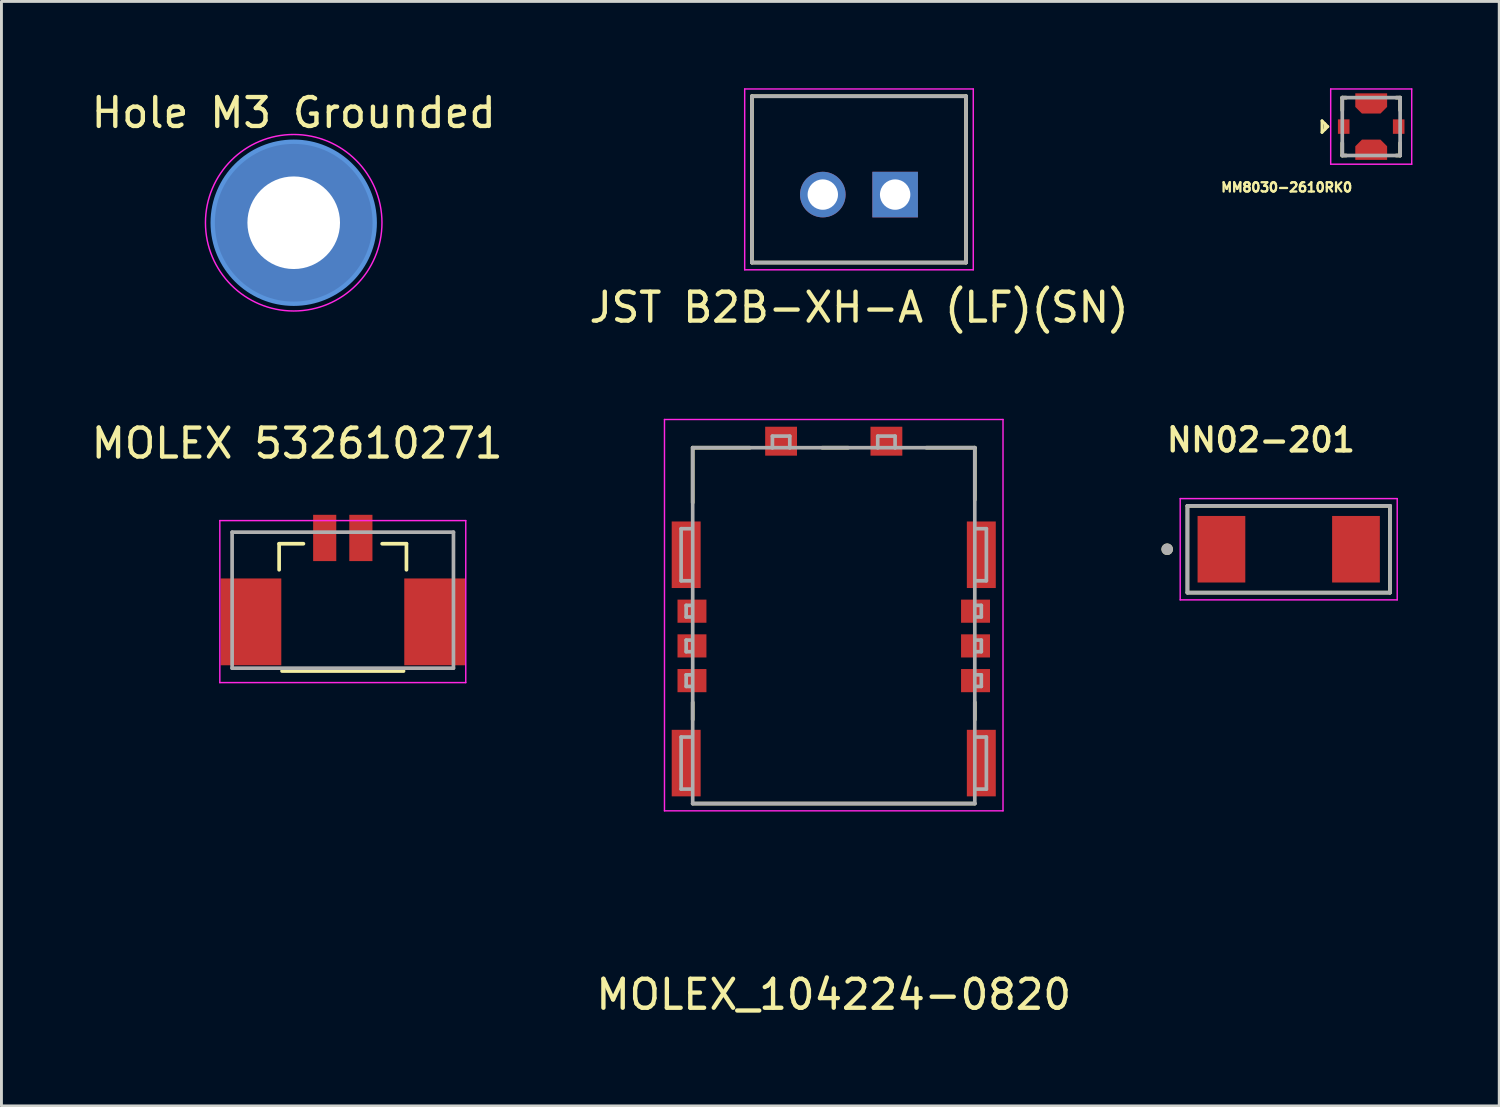
<source format=kicad_pcb>
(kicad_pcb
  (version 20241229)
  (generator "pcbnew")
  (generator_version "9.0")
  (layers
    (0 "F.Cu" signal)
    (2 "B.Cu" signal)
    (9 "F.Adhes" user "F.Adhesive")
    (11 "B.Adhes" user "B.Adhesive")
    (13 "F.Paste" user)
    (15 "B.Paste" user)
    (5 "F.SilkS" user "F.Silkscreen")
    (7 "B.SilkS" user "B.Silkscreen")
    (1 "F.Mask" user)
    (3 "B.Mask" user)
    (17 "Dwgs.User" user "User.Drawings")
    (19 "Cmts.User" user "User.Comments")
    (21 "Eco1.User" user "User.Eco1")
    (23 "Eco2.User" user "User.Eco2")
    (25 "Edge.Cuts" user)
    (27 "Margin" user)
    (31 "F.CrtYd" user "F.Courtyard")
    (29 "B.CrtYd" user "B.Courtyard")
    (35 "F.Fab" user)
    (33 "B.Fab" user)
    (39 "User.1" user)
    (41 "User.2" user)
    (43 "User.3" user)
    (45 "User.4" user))
  (footprint "JST B2B-XH-A (LF)(SN)"
    (layer "F.Cu")
    (at 26.637 3.675)
    (property "Reference" "JST B2B-XH-A (LF)(SN)" (at 0 3.9 0) (layer "F.SilkS") (effects (font (size 1 1) (thickness 0.15))))
    (attr through_hole)
    (fp_line (start -3.7 -3.4) (end 3.7 -3.4) (stroke (width 0.127) (type solid)) (layer "F.SilkS"))
    (fp_line (start -3.7 2.35) (end -3.7 -3.4) (stroke (width 0.127) (type solid)) (layer "F.SilkS"))
    (fp_line (start 3.7 -3.4) (end 3.7 2.35) (stroke (width 0.127) (type solid)) (layer "F.SilkS"))
    (fp_line (start 3.7 2.35) (end -3.7 2.35) (stroke (width 0.127) (type solid)) (layer "F.SilkS"))
    (fp_line (start -3.95 -3.65) (end -3.95 2.6) (stroke (width 0.05) (type solid)) (layer "F.CrtYd"))
    (fp_line (start -3.95 2.6) (end 3.95 2.6) (stroke (width 0.05) (type solid)) (layer "F.CrtYd"))
    (fp_line (start 3.95 -3.65) (end -3.95 -3.65) (stroke (width 0.05) (type solid)) (layer "F.CrtYd"))
    (fp_line (start 3.95 2.6) (end 3.95 -3.65) (stroke (width 0.05) (type solid)) (layer "F.CrtYd"))
    (fp_line (start -3.7 -3.4) (end 3.7 -3.4) (stroke (width 0.127) (type solid)) (layer "F.Fab"))
    (fp_line (start -3.7 2.35) (end -3.7 -3.4) (stroke (width 0.127) (type solid)) (layer "F.Fab"))
    (fp_line (start 3.7 -3.4) (end 3.7 2.35) (stroke (width 0.127) (type solid)) (layer "F.Fab"))
    (fp_line (start 3.7 2.35) (end -3.7 2.35) (stroke (width 0.127) (type solid)) (layer "F.Fab"))
    (pad "1" thru_hole rect (at 1.25 0) (size 1.575 1.575) (drill 1.05) (layers "*.Cu" "*.Mask"))
    (pad "2" thru_hole circle (at -1.25 0) (size 1.575 1.575) (drill 1.05) (layers "*.Cu" "*.Mask")))
  (footprint "NN02-201"
    (layer "F.Cu")
    (at 41.489 15.932)
    (property "Reference" "NN02-201" (at -0.96 -3.778 0) (layer "F.SilkS") (effects (font (size 0.8 0.8) (thickness 0.15))))
    (attr smd)
    (fp_line (start -3.5 -1.5) (end -3.5 1.5) (stroke (width 0.127) (type solid)) (layer "F.SilkS"))
    (fp_line (start -3.5 -1.5) (end 3.5 -1.5) (stroke (width 0.127) (type solid)) (layer "F.SilkS"))
    (fp_line (start 3.5 -1.5) (end 3.5 1.5) (stroke (width 0.127) (type solid)) (layer "F.SilkS"))
    (fp_line (start 3.5 1.5) (end -3.5 1.5) (stroke (width 0.127) (type solid)) (layer "F.SilkS"))
    (fp_circle (center -4.2 0) (end -4.1 0) (stroke (width 0.2) (type solid)) (fill no) (layer "F.SilkS"))
    (fp_line (start -3.75 -1.75) (end 3.75 -1.75) (stroke (width 0.05) (type solid)) (layer "F.CrtYd"))
    (fp_line (start -3.75 1.75) (end -3.75 -1.75) (stroke (width 0.05) (type solid)) (layer "F.CrtYd"))
    (fp_line (start 3.75 -1.75) (end 3.75 1.75) (stroke (width 0.05) (type solid)) (layer "F.CrtYd"))
    (fp_line (start 3.75 1.75) (end -3.75 1.75) (stroke (width 0.05) (type solid)) (layer "F.CrtYd"))
    (fp_line (start -3.5 -1.5) (end -3.5 1.5) (stroke (width 0.127) (type solid)) (layer "F.Fab"))
    (fp_line (start -3.5 1.5) (end 3.5 1.5) (stroke (width 0.127) (type solid)) (layer "F.Fab"))
    (fp_line (start 3.5 -1.5) (end -3.5 -1.5) (stroke (width 0.127) (type solid)) (layer "F.Fab"))
    (fp_line (start 3.5 1.5) (end 3.5 -1.5) (stroke (width 0.127) (type solid)) (layer "F.Fab"))
    (fp_circle (center -4.2 0) (end -4.1 0) (stroke (width 0.2) (type solid)) (fill no) (layer "F.Fab"))
    (pad "1" smd rect (at -2.325 0) (size 1.65 2.3) (layers "F.Cu" "F.Mask" "F.Paste"))
    (pad "2" smd rect (at 2.325 0) (size 1.65 2.3) (layers "F.Cu" "F.Mask" "F.Paste"))
    (zone (net_name "") (layer "F.Cu") (hatch full 0.508) (connect_pads) (min_thickness 0.01) (filled_areas_thickness no) (keepout (tracks not_allowed) (vias not_allowed) (pads not_allowed) (copperpour not_allowed) (footprints allowed)) (placement (enabled no)) (fill) (polygon (pts (xy 42.989 17.433) (xy 39.989 17.433) (xy 39.989 14.432) (xy 42.989 14.432))))
    (zone (net_name "") (layers "F.Cu" "B.Cu") (hatch full 0.508) (connect_pads) (min_thickness 0.01) (filled_areas_thickness no) (keepout (tracks allowed) (vias not_allowed) (pads allowed) (copperpour allowed) (footprints allowed)) (placement (enabled no)) (fill) (polygon (pts (xy 42.989 17.433) (xy 39.989 17.433) (xy 39.989 14.432) (xy 42.989 14.432)))))
  (footprint "MOLEX_104224-0820"
    (layer "F.Cu")
    (at 25.765 17.773)
    (property "Reference" "MOLEX_104224-0820" (at 0 13.55 0) (layer "F.SilkS") (effects (font (size 1.001 1.001) (thickness 0.15))))
    (attr smd)
    (fp_line (start -4.875 -5.35) (end -4.875 -3.45) (stroke (width 0.127) (type solid)) (layer "F.SilkS"))
    (fp_line (start -4.875 3.45) (end -4.875 4.05) (stroke (width 0.127) (type solid)) (layer "F.SilkS"))
    (fp_line (start -4.875 6.95) (end 4.875 6.95) (stroke (width 0.127) (type solid)) (layer "F.SilkS"))
    (fp_line (start -2.9 -5.35) (end -4.875 -5.35) (stroke (width 0.127) (type solid)) (layer "F.SilkS"))
    (fp_line (start -0.4 -5.35) (end 0.5 -5.35) (stroke (width 0.127) (type solid)) (layer "F.SilkS"))
    (fp_line (start 3.2 -5.35) (end 4.875 -5.35) (stroke (width 0.127) (type solid)) (layer "F.SilkS"))
    (fp_line (start 4.875 -5.35) (end 4.875 -3.55) (stroke (width 0.127) (type solid)) (layer "F.SilkS"))
    (fp_line (start 4.875 3.45) (end 4.875 4.05) (stroke (width 0.127) (type solid)) (layer "F.SilkS"))
    (fp_line (start -5.85 -6.325) (end -5.85 7.2) (stroke (width 0.05) (type solid)) (layer "F.CrtYd"))
    (fp_line (start -5.85 7.2) (end 5.85 7.2) (stroke (width 0.05) (type solid)) (layer "F.CrtYd"))
    (fp_line (start 5.85 -6.325) (end -5.85 -6.325) (stroke (width 0.05) (type solid)) (layer "F.CrtYd"))
    (fp_line (start 5.85 7.2) (end 5.85 -6.325) (stroke (width 0.05) (type solid)) (layer "F.CrtYd"))
    (fp_line (start -5.275 -2.55) (end -5.275 -0.75) (stroke (width 0.127) (type solid)) (layer "F.Fab"))
    (fp_line (start -5.275 -0.75) (end -4.9 -0.75) (stroke (width 0.127) (type solid)) (layer "F.Fab"))
    (fp_line (start -5.275 4.65) (end -5.275 6.45) (stroke (width 0.127) (type solid)) (layer "F.Fab"))
    (fp_line (start -5.275 6.45) (end -4.9 6.45) (stroke (width 0.127) (type solid)) (layer "F.Fab"))
    (fp_line (start -5.1 0.1) (end -5.1 0.5) (stroke (width 0.127) (type solid)) (layer "F.Fab"))
    (fp_line (start -5.1 0.5) (end -4.9 0.5) (stroke (width 0.127) (type solid)) (layer "F.Fab"))
    (fp_line (start -5.1 1.3) (end -5.1 1.7) (stroke (width 0.127) (type solid)) (layer "F.Fab"))
    (fp_line (start -5.1 1.7) (end -4.9 1.7) (stroke (width 0.127) (type solid)) (layer "F.Fab"))
    (fp_line (start -5.1 2.5) (end -5.1 2.9) (stroke (width 0.127) (type solid)) (layer "F.Fab"))
    (fp_line (start -5.1 2.9) (end -4.9 2.9) (stroke (width 0.127) (type solid)) (layer "F.Fab"))
    (fp_line (start -4.9 -2.55) (end -5.275 -2.55) (stroke (width 0.127) (type solid)) (layer "F.Fab"))
    (fp_line (start -4.9 0.1) (end -5.1 0.1) (stroke (width 0.127) (type solid)) (layer "F.Fab"))
    (fp_line (start -4.9 1.3) (end -5.1 1.3) (stroke (width 0.127) (type solid)) (layer "F.Fab"))
    (fp_line (start -4.9 2.5) (end -5.1 2.5) (stroke (width 0.127) (type solid)) (layer "F.Fab"))
    (fp_line (start -4.9 4.65) (end -5.275 4.65) (stroke (width 0.127) (type solid)) (layer "F.Fab"))
    (fp_line (start -4.875 -5.35) (end -2.12 -5.35) (stroke (width 0.127) (type solid)) (layer "F.Fab"))
    (fp_line (start -4.875 6.95) (end -4.875 -5.35) (stroke (width 0.127) (type solid)) (layer "F.Fab"))
    (fp_line (start -2.12 -5.75) (end -2.12 -5.35) (stroke (width 0.127) (type solid)) (layer "F.Fab"))
    (fp_line (start -2.12 -5.35) (end -1.52 -5.35) (stroke (width 0.127) (type solid)) (layer "F.Fab"))
    (fp_line (start -1.52 -5.75) (end -2.12 -5.75) (stroke (width 0.127) (type solid)) (layer "F.Fab"))
    (fp_line (start -1.52 -5.35) (end -1.52 -5.75) (stroke (width 0.127) (type solid)) (layer "F.Fab"))
    (fp_line (start -1.52 -5.35) (end 1.52 -5.35) (stroke (width 0.127) (type solid)) (layer "F.Fab"))
    (fp_line (start 1.52 -5.75) (end 1.52 -5.35) (stroke (width 0.127) (type solid)) (layer "F.Fab"))
    (fp_line (start 1.52 -5.35) (end 2.12 -5.35) (stroke (width 0.127) (type solid)) (layer "F.Fab"))
    (fp_line (start 2.12 -5.75) (end 1.52 -5.75) (stroke (width 0.127) (type solid)) (layer "F.Fab"))
    (fp_line (start 2.12 -5.35) (end 2.12 -5.75) (stroke (width 0.127) (type solid)) (layer "F.Fab"))
    (fp_line (start 2.12 -5.35) (end 4.875 -5.35) (stroke (width 0.127) (type solid)) (layer "F.Fab"))
    (fp_line (start 4.875 -5.35) (end 4.875 6.95) (stroke (width 0.127) (type solid)) (layer "F.Fab"))
    (fp_line (start 4.875 6.95) (end -4.875 6.95) (stroke (width 0.127) (type solid)) (layer "F.Fab"))
    (fp_line (start 4.9 -0.75) (end 5.275 -0.75) (stroke (width 0.127) (type solid)) (layer "F.Fab"))
    (fp_line (start 4.9 0.5) (end 5.1 0.5) (stroke (width 0.127) (type solid)) (layer "F.Fab"))
    (fp_line (start 4.9 1.7) (end 5.1 1.7) (stroke (width 0.127) (type solid)) (layer "F.Fab"))
    (fp_line (start 4.9 2.9) (end 5.1 2.9) (stroke (width 0.127) (type solid)) (layer "F.Fab"))
    (fp_line (start 4.9 6.45) (end 5.275 6.45) (stroke (width 0.127) (type solid)) (layer "F.Fab"))
    (fp_line (start 5.1 0.1) (end 4.9 0.1) (stroke (width 0.127) (type solid)) (layer "F.Fab"))
    (fp_line (start 5.1 0.5) (end 5.1 0.1) (stroke (width 0.127) (type solid)) (layer "F.Fab"))
    (fp_line (start 5.1 1.3) (end 4.9 1.3) (stroke (width 0.127) (type solid)) (layer "F.Fab"))
    (fp_line (start 5.1 1.7) (end 5.1 1.3) (stroke (width 0.127) (type solid)) (layer "F.Fab"))
    (fp_line (start 5.1 2.5) (end 4.9 2.5) (stroke (width 0.127) (type solid)) (layer "F.Fab"))
    (fp_line (start 5.1 2.9) (end 5.1 2.5) (stroke (width 0.127) (type solid)) (layer "F.Fab"))
    (fp_line (start 5.275 -2.55) (end 4.9 -2.55) (stroke (width 0.127) (type solid)) (layer "F.Fab"))
    (fp_line (start 5.275 -0.75) (end 5.275 -2.55) (stroke (width 0.127) (type solid)) (layer "F.Fab"))
    (fp_line (start 5.275 4.65) (end 4.9 4.65) (stroke (width 0.127) (type solid)) (layer "F.Fab"))
    (fp_line (start 5.275 6.45) (end 5.275 4.65) (stroke (width 0.127) (type solid)) (layer "F.Fab"))
    (pad "G1" smd rect (at -5.1 5.55) (size 1 2.3) (layers "F.Cu" "F.Mask" "F.Paste"))
    (pad "G2" smd rect (at -5.1 -1.65) (size 1 2.3) (layers "F.Cu" "F.Mask" "F.Paste"))
    (pad "G3" smd rect (at 5.1 -1.65) (size 1 2.3) (layers "F.Cu" "F.Mask" "F.Paste"))
    (pad "G4" smd rect (at 5.1 5.55) (size 1 2.3) (layers "F.Cu" "F.Mask" "F.Paste"))
    (pad "R1" smd rect (at -1.82 -5.575) (size 1.1 1) (layers "F.Cu" "F.Mask" "F.Paste"))
    (pad "R2" smd rect (at 1.82 -5.575) (size 1.1 1) (layers "F.Cu" "F.Mask" "F.Paste"))
    (pad "S1" smd rect (at 4.9 2.7) (size 1 0.8) (layers "F.Cu" "F.Mask" "F.Paste"))
    (pad "S2" smd rect (at 4.9 1.5) (size 1 0.8) (layers "F.Cu" "F.Mask" "F.Paste"))
    (pad "S3" smd rect (at -4.9 2.7) (size 1 0.8) (layers "F.Cu" "F.Mask" "F.Paste"))
    (pad "S4" smd rect (at 4.9 0.3) (size 1 0.8) (layers "F.Cu" "F.Mask" "F.Paste"))
    (pad "S5" smd rect (at -4.9 1.5) (size 1 0.8) (layers "F.Cu" "F.Mask" "F.Paste"))
    (pad "S6" smd rect (at -4.9 0.3) (size 1 0.8) (layers "F.Cu" "F.Mask" "F.Paste"))
    (zone (net_name "") (layer "F.Cu") (hatch full 0.508) (connect_pads) (min_thickness 0.01) (filled_areas_thickness no) (keepout (tracks not_allowed) (vias not_allowed) (pads not_allowed) (copperpour not_allowed) (footprints allowed)) (placement (enabled no)) (fill) (polygon (pts (xy 22.619 21.573) (xy 23.825 21.573) (xy 23.825 24.473) (xy 22.619 24.473))))
    (zone (net_name "") (layer "F.Cu") (hatch full 0.508) (connect_pads) (min_thickness 0.01) (filled_areas_thickness no) (keepout (tracks not_allowed) (vias not_allowed) (pads not_allowed) (copperpour not_allowed) (footprints allowed)) (placement (enabled no)) (fill) (polygon (pts (xy 22.622 14.073) (xy 23.825 14.073) (xy 23.825 17.168) (xy 22.622 17.168))))
    (zone (net_name "") (layer "F.Cu") (hatch full 0.508) (connect_pads) (min_thickness 0.01) (filled_areas_thickness no) (keepout (tracks not_allowed) (vias not_allowed) (pads not_allowed) (copperpour not_allowed) (footprints allowed)) (placement (enabled no)) (fill) (polygon (pts (xy 25.164 14.073) (xy 26.365 14.073) (xy 26.365 17.16) (xy 25.164 17.16))))
    (zone (net_name "") (layer "F.Cu") (hatch full 0.508) (connect_pads) (min_thickness 0.01) (filled_areas_thickness no) (keepout (tracks not_allowed) (vias not_allowed) (pads not_allowed) (copperpour not_allowed) (footprints allowed)) (placement (enabled no)) (fill) (polygon (pts (xy 25.164 21.573) (xy 26.365 21.573) (xy 26.365 24.473) (xy 25.164 24.473))))
    (zone (net_name "") (layer "F.Cu") (hatch full 0.508) (connect_pads) (min_thickness 0.01) (filled_areas_thickness no) (keepout (tracks not_allowed) (vias not_allowed) (pads not_allowed) (copperpour not_allowed) (footprints allowed)) (placement (enabled no)) (fill) (polygon (pts (xy 27.705 14.073) (xy 28.905 14.073) (xy 28.905 17.171) (xy 27.705 17.171))))
    (zone (net_name "") (layer "F.Cu") (hatch full 0.508) (connect_pads) (min_thickness 0.01) (filled_areas_thickness no) (keepout (tracks not_allowed) (vias not_allowed) (pads not_allowed) (copperpour not_allowed) (footprints allowed)) (placement (enabled no)) (fill) (polygon (pts (xy 27.708 21.573) (xy 28.905 21.573) (xy 28.905 24.473) (xy 27.708 24.473)))))
  (footprint "MOLEX 532610271"
    (layer "F.Cu")
    (at 8.797 17.942)
    (property "Reference" "MOLEX 532610271" (at -1.577 -5.67 0) (layer "F.SilkS") (effects (font (size 1 1) (thickness 0.15))))
    (attr smd)
    (fp_poly (pts (xy -4.301 -1.076) (xy -2.049 -1.076) (xy -2.049 2.076) (xy -4.301 2.076)) (stroke (width 0.01) (type solid)) (fill yes) (layer "F.Mask"))
    (fp_poly (pts (xy -1.101 -3.276) (xy -0.149 -3.276) (xy -0.149 -1.524) (xy -1.101 -1.524)) (stroke (width 0.01) (type solid)) (fill yes) (layer "F.Mask"))
    (fp_poly (pts (xy 0.149 -3.276) (xy 1.101 -3.276) (xy 1.101 -1.524) (xy 0.149 -1.524)) (stroke (width 0.01) (type solid)) (fill yes) (layer "F.Mask"))
    (fp_poly (pts (xy 2.049 -1.076) (xy 4.301 -1.076) (xy 4.301 2.076) (xy 2.049 2.076)) (stroke (width 0.01) (type solid)) (fill yes) (layer "F.Mask"))
    (fp_line (start -2.2 -2.2) (end -1.36 -2.2) (stroke (width 0.127) (type solid)) (layer "F.SilkS"))
    (fp_line (start -2.2 -1.3) (end -2.2 -2.2) (stroke (width 0.127) (type solid)) (layer "F.SilkS"))
    (fp_line (start -2.1 2.2) (end 2.1 2.2) (stroke (width 0.127) (type solid)) (layer "F.SilkS"))
    (fp_line (start 2.2 -2.2) (end 1.36 -2.2) (stroke (width 0.127) (type solid)) (layer "F.SilkS"))
    (fp_line (start 2.2 -1.3) (end 2.2 -2.2) (stroke (width 0.127) (type solid)) (layer "F.SilkS"))
    (fp_line (start -4.25 2.6) (end -4.25 -3) (stroke (width 0.05) (type solid)) (layer "F.CrtYd"))
    (fp_line (start 4.25 -3) (end -4.25 -3) (stroke (width 0.05) (type solid)) (layer "F.CrtYd"))
    (fp_line (start 4.25 -3) (end 4.25 2.6) (stroke (width 0.05) (type solid)) (layer "F.CrtYd"))
    (fp_line (start 4.25 2.6) (end -4.25 2.6) (stroke (width 0.05) (type solid)) (layer "F.CrtYd"))
    (fp_line (start -3.825 -2.6) (end 3.825 -2.6) (stroke (width 0.127) (type solid)) (layer "F.Fab"))
    (fp_line (start -3.825 2.1) (end -3.825 -2.6) (stroke (width 0.127) (type solid)) (layer "F.Fab"))
    (fp_line (start 3.825 -2.6) (end 3.825 2.1) (stroke (width 0.127) (type solid)) (layer "F.Fab"))
    (fp_line (start 3.825 2.1) (end -3.825 2.1) (stroke (width 0.127) (type solid)) (layer "F.Fab"))
    (pad "1" smd rect (at -0.625 -2.4) (size 0.8 1.6) (layers "F.Cu" "F.Paste"))
    (pad "2" smd rect (at 0.625 -2.4) (size 0.8 1.6) (layers "F.Cu" "F.Paste"))
    (pad "S1" smd rect (at -3.175 0.5) (size 2.1 3) (layers "F.Cu" "F.Paste"))
    (pad "S2" smd rect (at 3.175 0.5) (size 2.1 3) (layers "F.Cu" "F.Paste")))
  (footprint "MM8030-2610RK0 "
    (layer "F.Cu")
    (at 44.34 1.325)
    (property "Reference" "MM8030-2610RK0 " (at -2.8 2.1 0) (layer "F.SilkS") (effects (font (size 0.32 0.32) (thickness 0.08))))
    (attr smd)
    (fp_poly (pts (xy -0.65 1.25) (xy 0.65 1.25) (xy 0.65 0.58) (xy 0.42 0.35) (xy -0.42 0.35) (xy -0.65 0.58)) (stroke (width 0.0001) (type solid)) (fill yes) (layer "F.Mask"))
    (fp_poly (pts (xy 0.65 -1.25) (xy -0.65 -1.25) (xy -0.65 -0.58) (xy -0.42 -0.35) (xy 0.42 -0.35) (xy 0.65 -0.58)) (stroke (width 0.0001) (type solid)) (fill yes) (layer "F.Mask"))
    (fp_line (start -1.7 -0.2) (end -1.7 0.2) (stroke (width 0.1) (type default)) (layer "F.SilkS"))
    (fp_line (start -1.6 0.1) (end -1.6 -0.1) (stroke (width 0.1) (type default)) (layer "F.SilkS"))
    (fp_line (start -1.5 0) (end -1.7 -0.2) (stroke (width 0.1) (type default)) (layer "F.SilkS"))
    (fp_line (start -1.5 0) (end -1.7 0.2) (stroke (width 0.1) (type default)) (layer "F.SilkS"))
    (fp_line (start -1 -1) (end -0.865 -1) (stroke (width 0.127) (type solid)) (layer "F.SilkS"))
    (fp_line (start -1 -0.565) (end -1 -1) (stroke (width 0.127) (type solid)) (layer "F.SilkS"))
    (fp_line (start -1 0.565) (end -1 1) (stroke (width 0.127) (type solid)) (layer "F.SilkS"))
    (fp_line (start -1 1) (end -0.865 1) (stroke (width 0.127) (type solid)) (layer "F.SilkS"))
    (fp_line (start 1 -1) (end 0.865 -1) (stroke (width 0.127) (type solid)) (layer "F.SilkS"))
    (fp_line (start 1 -0.565) (end 1 -1) (stroke (width 0.127) (type solid)) (layer "F.SilkS"))
    (fp_line (start 1 0.565) (end 1 1) (stroke (width 0.127) (type solid)) (layer "F.SilkS"))
    (fp_line (start 1 1) (end 0.865 1) (stroke (width 0.127) (type solid)) (layer "F.SilkS"))
    (fp_poly (pts (xy -1.151 -0.174) (xy -0.801 -0.174) (xy -0.801 0.174) (xy -1.151 0.174)) (stroke (width 0.01) (type solid)) (fill yes) (layer "F.Paste"))
    (fp_poly (pts (xy -0.5 -1.15) (xy 0.501 -1.15) (xy 0.501 -0.651) (xy -0.5 -0.651)) (stroke (width 0.01) (type solid)) (fill yes) (layer "F.Paste"))
    (fp_poly (pts (xy -0.5 0.65) (xy 0.501 0.65) (xy 0.501 1.151) (xy -0.5 1.151)) (stroke (width 0.01) (type solid)) (fill yes) (layer "F.Paste"))
    (fp_poly (pts (xy 0.8 -0.175) (xy 1.154 -0.175) (xy 1.154 0.176) (xy 0.8 0.176)) (stroke (width 0.01) (type solid)) (fill yes) (layer "F.Paste"))
    (fp_line (start -1.4 -1.3) (end 1.4 -1.3) (stroke (width 0.05) (type solid)) (layer "F.CrtYd"))
    (fp_line (start -1.4 1.3) (end -1.4 -1.3) (stroke (width 0.05) (type solid)) (layer "F.CrtYd"))
    (fp_line (start 1.4 -1.3) (end 1.4 1.3) (stroke (width 0.05) (type solid)) (layer "F.CrtYd"))
    (fp_line (start 1.4 1.3) (end -1.4 1.3) (stroke (width 0.05) (type solid)) (layer "F.CrtYd"))
    (fp_line (start -1 -1) (end 1 -1) (stroke (width 0.127) (type solid)) (layer "F.Fab"))
    (fp_line (start -1 1) (end -1 -1) (stroke (width 0.127) (type solid)) (layer "F.Fab"))
    (fp_line (start 1 -1) (end 1 1) (stroke (width 0.127) (type solid)) (layer "F.Fab"))
    (fp_line (start 1 1) (end -1 1) (stroke (width 0.127) (type solid)) (layer "F.Fab"))
    (pad "1" smd rect (at -0.95 0) (size 0.4 0.5) (layers "F.Cu" "F.Mask"))
    (pad "2" smd rect (at 0.95 0) (size 0.4 0.5) (layers "F.Cu" "F.Mask"))
    (pad "G1" smd custom (at 0 -0.8) (size 0.3 0.3) (layers "F.Cu") (options (anchor rect)) (primitives (gr_poly (pts (xy 0.55 -0.35) (xy -0.55 -0.35) (xy -0.55 0.12) (xy -0.32 0.35) (xy 0.32 0.35) (xy 0.55 0.12)) (width 0.0001) (fill yes))))
    (pad "G2" smd custom (at 0 0.8) (size 0.3 0.3) (layers "F.Cu") (options (anchor rect)) (primitives (gr_poly (pts (xy -0.55 0.35) (xy 0.55 0.35) (xy 0.55 -0.12) (xy 0.32 -0.35) (xy -0.32 -0.35) (xy -0.55 -0.12)) (width 0.0001) (fill yes)))))
  (footprint "Hole M3 Grounded"
    (layer "F.Cu")
    (at 7.101 4.648)
    (property "Reference" "Hole M3 Grounded" (at 0 -3.8 0) (layer "F.SilkS") (effects (font (size 1 1) (thickness 0.15))))
    (attr exclude_from_pos_files exclude_from_bom)
    (fp_circle (center 0 0) (end 2.8 0) (stroke (width 0.15) (type solid)) (fill no) (layer "Cmts.User"))
    (fp_circle (center 0 0) (end 3.05 0) (stroke (width 0.05) (type solid)) (fill no) (layer "F.CrtYd"))
    (pad "1" thru_hole circle (at 0 0) (size 5.6 5.6) (drill 3.2) (layers "*.Cu" "*.Mask")))
  (gr_rect
    (start -3 -3)
    (end 48.765 35.172)
    (stroke (width 0.1) (type default))
    (fill no)
    (layer "Edge.Cuts")))
</source>
